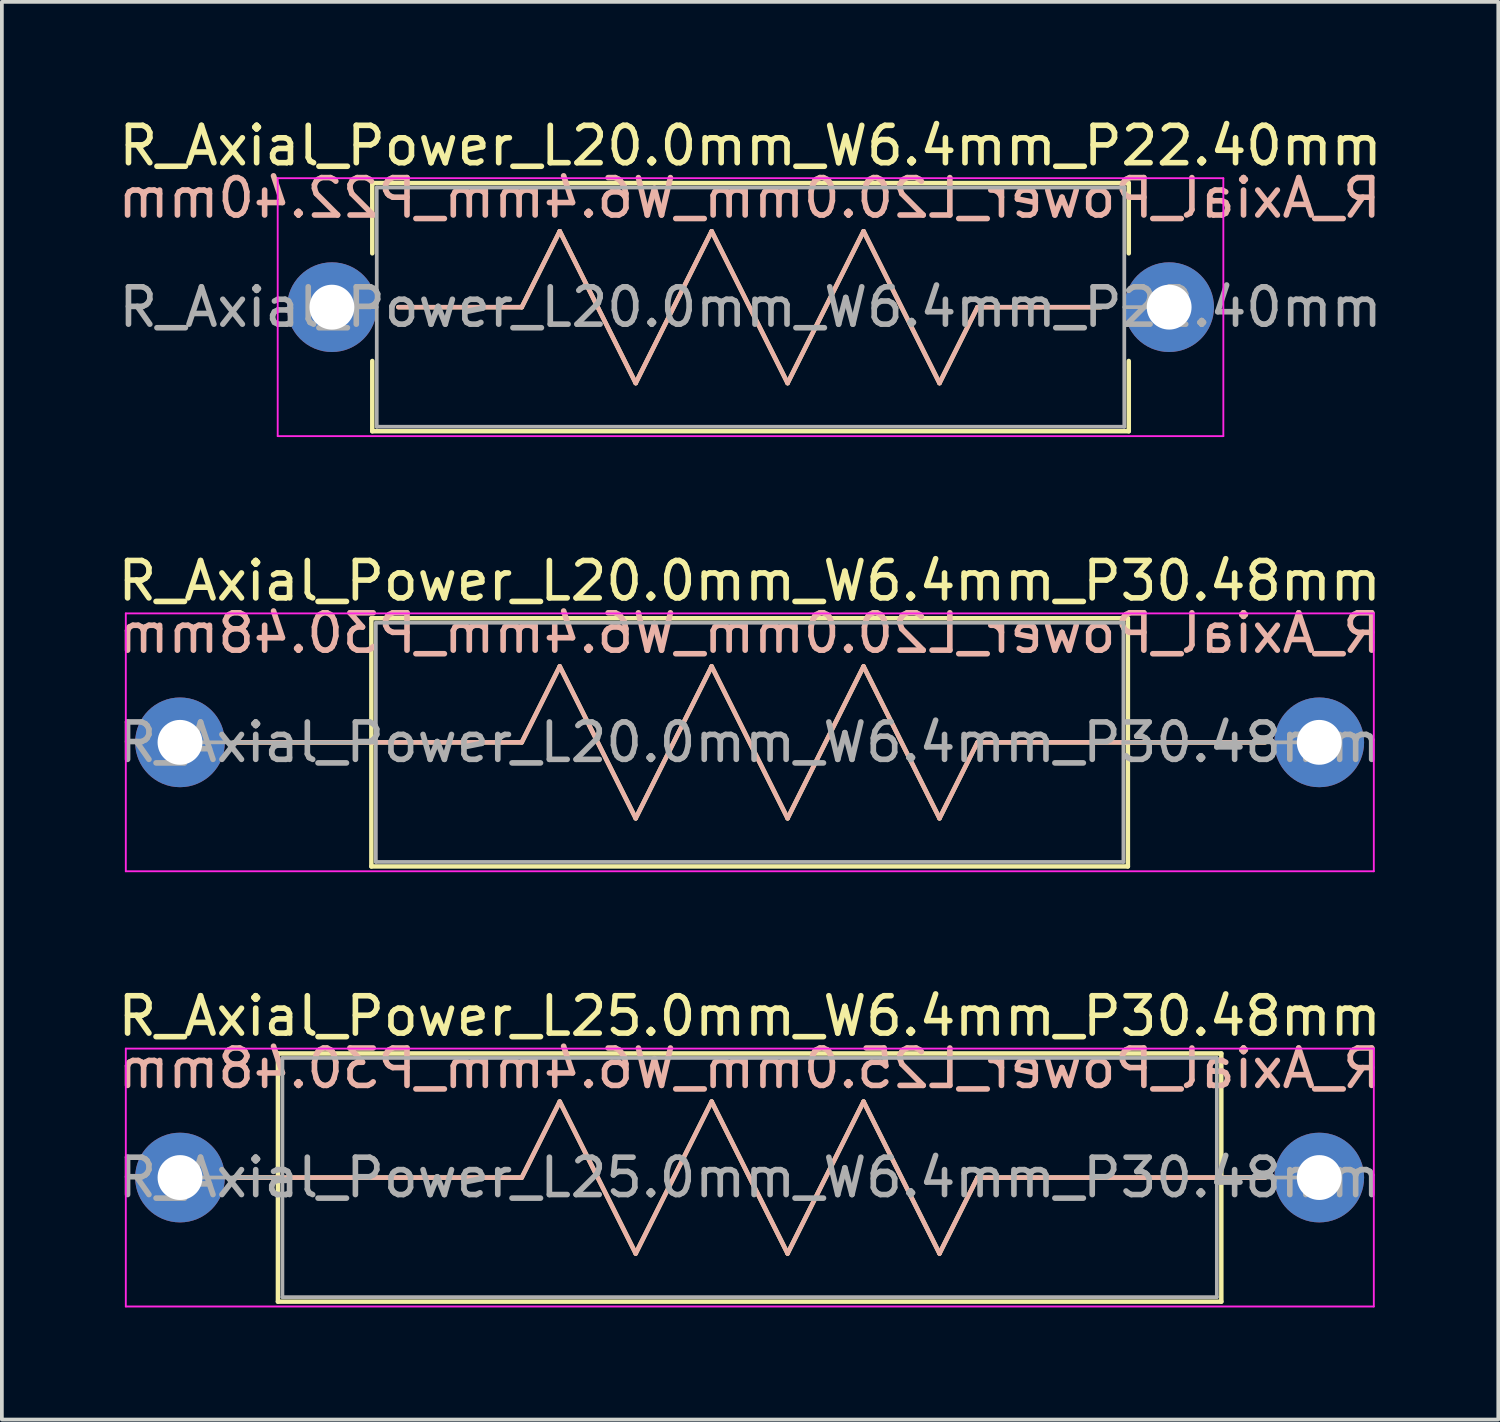
<source format=kicad_pcb>
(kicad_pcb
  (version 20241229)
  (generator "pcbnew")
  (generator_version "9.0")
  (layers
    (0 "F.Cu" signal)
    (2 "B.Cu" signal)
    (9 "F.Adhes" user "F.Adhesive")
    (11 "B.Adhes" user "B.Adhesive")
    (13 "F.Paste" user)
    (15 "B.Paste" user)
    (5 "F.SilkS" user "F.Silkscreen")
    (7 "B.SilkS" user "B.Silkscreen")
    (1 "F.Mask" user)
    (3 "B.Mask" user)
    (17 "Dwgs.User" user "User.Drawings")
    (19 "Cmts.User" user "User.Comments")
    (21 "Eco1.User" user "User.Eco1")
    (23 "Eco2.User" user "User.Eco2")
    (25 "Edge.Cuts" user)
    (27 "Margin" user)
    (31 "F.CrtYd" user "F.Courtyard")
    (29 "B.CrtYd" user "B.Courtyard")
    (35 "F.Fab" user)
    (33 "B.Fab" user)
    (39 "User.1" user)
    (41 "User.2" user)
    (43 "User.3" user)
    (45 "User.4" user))
  (footprint "R_Axial_Power_L25.0mm_W6.4mm_P30.48mm"
    (layer "F.Cu")
    (at 1.766 28.455)
    (property "Reference" "R_Axial_Power_L25.0mm_W6.4mm_P30.48mm" (at 15.24 -4.32 0) (layer "F.SilkS") (effects (font (size 1 1) (thickness 0.15))))
    (attr through_hole)
    (fp_line (start 1.44 0) (end 2.62 0) (stroke (width 0.12) (type solid)) (layer "F.SilkS"))
    (fp_line (start 2.62 -3.32) (end 2.62 3.32) (stroke (width 0.12) (type solid)) (layer "F.SilkS"))
    (fp_line (start 2.62 0) (end 9.144 0) (stroke (width 0.12) (type solid)) (layer "F.SilkS"))
    (fp_line (start 2.62 3.32) (end 27.86 3.32) (stroke (width 0.12) (type solid)) (layer "F.SilkS"))
    (fp_line (start 9.144 0) (end 10.16 -2.032) (stroke (width 0.12) (type solid)) (layer "F.SilkS"))
    (fp_line (start 10.16 -2.032) (end 12.192 2.032) (stroke (width 0.12) (type solid)) (layer "F.SilkS"))
    (fp_line (start 12.192 2.032) (end 14.224 -2.032) (stroke (width 0.12) (type solid)) (layer "F.SilkS"))
    (fp_line (start 14.224 -2.032) (end 16.256 2.032) (stroke (width 0.12) (type solid)) (layer "F.SilkS"))
    (fp_line (start 16.256 2.032) (end 18.288 -2.032) (stroke (width 0.12) (type solid)) (layer "F.SilkS"))
    (fp_line (start 18.288 -2.032) (end 20.32 2.032) (stroke (width 0.12) (type solid)) (layer "F.SilkS"))
    (fp_line (start 20.32 2.032) (end 21.336 0) (stroke (width 0.12) (type solid)) (layer "F.SilkS"))
    (fp_line (start 27.86 -3.32) (end 2.62 -3.32) (stroke (width 0.12) (type solid)) (layer "F.SilkS"))
    (fp_line (start 27.86 0) (end 21.336 0) (stroke (width 0.12) (type solid)) (layer "F.SilkS"))
    (fp_line (start 27.86 3.32) (end 27.86 -3.32) (stroke (width 0.12) (type solid)) (layer "F.SilkS"))
    (fp_line (start 29.04 0) (end 27.86 0) (stroke (width 0.12) (type solid)) (layer "F.SilkS"))
    (fp_line (start 1.46 0) (end 9.144 0) (stroke (width 0.12) (type solid)) (layer "B.SilkS"))
    (fp_line (start 9.144 0) (end 10.16 -2.032) (stroke (width 0.12) (type solid)) (layer "B.SilkS"))
    (fp_line (start 10.16 -2.032) (end 12.192 2.032) (stroke (width 0.12) (type solid)) (layer "B.SilkS"))
    (fp_line (start 12.192 2.032) (end 14.224 -2.032) (stroke (width 0.12) (type solid)) (layer "B.SilkS"))
    (fp_line (start 14.224 -2.032) (end 16.256 2.032) (stroke (width 0.12) (type solid)) (layer "B.SilkS"))
    (fp_line (start 16.256 2.032) (end 18.288 -2.032) (stroke (width 0.12) (type solid)) (layer "B.SilkS"))
    (fp_line (start 18.288 -2.032) (end 20.32 2.032) (stroke (width 0.12) (type solid)) (layer "B.SilkS"))
    (fp_line (start 20.32 2.032) (end 21.336 0) (stroke (width 0.12) (type solid)) (layer "B.SilkS"))
    (fp_line (start 21.336 0) (end 29.02 0) (stroke (width 0.12) (type solid)) (layer "B.SilkS"))
    (fp_line (start -1.45 -3.45) (end -1.45 3.45) (stroke (width 0.05) (type solid)) (layer "F.CrtYd"))
    (fp_line (start -1.45 3.45) (end 31.94 3.45) (stroke (width 0.05) (type solid)) (layer "F.CrtYd"))
    (fp_line (start 31.94 -3.45) (end -1.45 -3.45) (stroke (width 0.05) (type solid)) (layer "F.CrtYd"))
    (fp_line (start 31.94 3.45) (end 31.94 -3.45) (stroke (width 0.05) (type solid)) (layer "F.CrtYd"))
    (fp_line (start 0 0) (end 2.74 0) (stroke (width 0.1) (type solid)) (layer "F.Fab"))
    (fp_line (start 2.74 -3.2) (end 2.74 3.2) (stroke (width 0.1) (type solid)) (layer "F.Fab"))
    (fp_line (start 2.74 3.2) (end 27.74 3.2) (stroke (width 0.1) (type solid)) (layer "F.Fab"))
    (fp_line (start 27.74 -3.2) (end 2.74 -3.2) (stroke (width 0.1) (type solid)) (layer "F.Fab"))
    (fp_line (start 27.74 3.2) (end 27.74 -3.2) (stroke (width 0.1) (type solid)) (layer "F.Fab"))
    (fp_line (start 30.48 0) (end 27.74 0) (stroke (width 0.1) (type solid)) (layer "F.Fab"))
    (fp_text user "${REFERENCE}" (at 15.24 -2.921 0) (unlocked yes) (layer "B.SilkS") (effects (font (size 1 1) (thickness 0.15)) (justify mirror)))
    (fp_text user "${REFERENCE}" (at 15.24 0 0) (layer "F.Fab") (effects (font (size 1 1) (thickness 0.15))))
    (pad "1" thru_hole circle (at 0 0) (size 2.4 2.4) (drill 1.2) (layers "*.Cu" "*.Mask"))
    (pad "2" thru_hole oval (at 30.48 0) (size 2.4 2.4) (drill 1.2) (layers "*.Cu" "*.Mask")))
  (footprint "R_Axial_Power_L20.0mm_W6.4mm_P30.48mm"
    (layer "F.Cu")
    (at 1.766 16.811)
    (property "Reference" "R_Axial_Power_L20.0mm_W6.4mm_P30.48mm" (at 15.24 -4.32 0) (layer "F.SilkS") (effects (font (size 1 1) (thickness 0.15))))
    (attr through_hole)
    (fp_line (start 1.44 0) (end 5.12 0) (stroke (width 0.12) (type solid)) (layer "F.SilkS"))
    (fp_line (start 5.12 -3.32) (end 5.12 3.32) (stroke (width 0.12) (type solid)) (layer "F.SilkS"))
    (fp_line (start 5.12 0) (end 9.144 0) (stroke (width 0.12) (type solid)) (layer "F.SilkS"))
    (fp_line (start 5.12 3.32) (end 25.36 3.32) (stroke (width 0.12) (type solid)) (layer "F.SilkS"))
    (fp_line (start 9.144 0) (end 10.16 -2.032) (stroke (width 0.12) (type solid)) (layer "F.SilkS"))
    (fp_line (start 10.16 -2.032) (end 12.192 2.032) (stroke (width 0.12) (type solid)) (layer "F.SilkS"))
    (fp_line (start 12.192 2.032) (end 14.224 -2.032) (stroke (width 0.12) (type solid)) (layer "F.SilkS"))
    (fp_line (start 14.224 -2.032) (end 16.256 2.032) (stroke (width 0.12) (type solid)) (layer "F.SilkS"))
    (fp_line (start 16.256 2.032) (end 18.288 -2.032) (stroke (width 0.12) (type solid)) (layer "F.SilkS"))
    (fp_line (start 18.288 -2.032) (end 20.32 2.032) (stroke (width 0.12) (type solid)) (layer "F.SilkS"))
    (fp_line (start 20.32 2.032) (end 21.336 0) (stroke (width 0.12) (type solid)) (layer "F.SilkS"))
    (fp_line (start 25.36 -3.32) (end 5.12 -3.32) (stroke (width 0.12) (type solid)) (layer "F.SilkS"))
    (fp_line (start 25.36 0) (end 21.336 0) (stroke (width 0.12) (type solid)) (layer "F.SilkS"))
    (fp_line (start 25.36 3.32) (end 25.36 -3.32) (stroke (width 0.12) (type solid)) (layer "F.SilkS"))
    (fp_line (start 29.04 0) (end 25.36 0) (stroke (width 0.12) (type solid)) (layer "F.SilkS"))
    (fp_line (start 1.46 0) (end 9.144 0) (stroke (width 0.12) (type solid)) (layer "B.SilkS"))
    (fp_line (start 9.144 0) (end 10.16 -2.032) (stroke (width 0.12) (type solid)) (layer "B.SilkS"))
    (fp_line (start 10.16 -2.032) (end 12.192 2.032) (stroke (width 0.12) (type solid)) (layer "B.SilkS"))
    (fp_line (start 12.192 2.032) (end 14.224 -2.032) (stroke (width 0.12) (type solid)) (layer "B.SilkS"))
    (fp_line (start 14.224 -2.032) (end 16.256 2.032) (stroke (width 0.12) (type solid)) (layer "B.SilkS"))
    (fp_line (start 16.256 2.032) (end 18.288 -2.032) (stroke (width 0.12) (type solid)) (layer "B.SilkS"))
    (fp_line (start 18.288 -2.032) (end 20.32 2.032) (stroke (width 0.12) (type solid)) (layer "B.SilkS"))
    (fp_line (start 20.32 2.032) (end 21.336 0) (stroke (width 0.12) (type solid)) (layer "B.SilkS"))
    (fp_line (start 21.336 0) (end 29.02 0) (stroke (width 0.12) (type solid)) (layer "B.SilkS"))
    (fp_line (start -1.45 -3.45) (end -1.45 3.45) (stroke (width 0.05) (type solid)) (layer "F.CrtYd"))
    (fp_line (start -1.45 3.45) (end 31.94 3.45) (stroke (width 0.05) (type solid)) (layer "F.CrtYd"))
    (fp_line (start 31.94 -3.45) (end -1.45 -3.45) (stroke (width 0.05) (type solid)) (layer "F.CrtYd"))
    (fp_line (start 31.94 3.45) (end 31.94 -3.45) (stroke (width 0.05) (type solid)) (layer "F.CrtYd"))
    (fp_line (start 0 0) (end 5.24 0) (stroke (width 0.1) (type solid)) (layer "F.Fab"))
    (fp_line (start 5.24 -3.2) (end 5.24 3.2) (stroke (width 0.1) (type solid)) (layer "F.Fab"))
    (fp_line (start 5.24 3.2) (end 25.24 3.2) (stroke (width 0.1) (type solid)) (layer "F.Fab"))
    (fp_line (start 25.24 -3.2) (end 5.24 -3.2) (stroke (width 0.1) (type solid)) (layer "F.Fab"))
    (fp_line (start 25.24 3.2) (end 25.24 -3.2) (stroke (width 0.1) (type solid)) (layer "F.Fab"))
    (fp_line (start 30.48 0) (end 25.24 0) (stroke (width 0.1) (type solid)) (layer "F.Fab"))
    (fp_text user "${REFERENCE}" (at 15.24 -2.921 0) (unlocked yes) (layer "B.SilkS") (effects (font (size 1 1) (thickness 0.15)) (justify mirror)))
    (fp_text user "${REFERENCE}" (at 15.24 0 0) (layer "F.Fab") (effects (font (size 1 1) (thickness 0.15))))
    (pad "1" thru_hole circle (at 0 0) (size 2.4 2.4) (drill 1.2) (layers "*.Cu" "*.Mask"))
    (pad "2" thru_hole oval (at 30.48 0) (size 2.4 2.4) (drill 1.2) (layers "*.Cu" "*.Mask")))
  (footprint "R_Axial_Power_L20.0mm_W6.4mm_P22.40mm"
    (layer "F.Cu")
    (at 5.83 5.168)
    (property "Reference" "R_Axial_Power_L20.0mm_W6.4mm_P22.40mm" (at 11.2 -4.32 0) (layer "F.SilkS") (effects (font (size 1 1) (thickness 0.15))))
    (attr through_hole)
    (fp_line (start 1.08 -3.32) (end 21.32 -3.32) (stroke (width 0.12) (type solid)) (layer "F.SilkS"))
    (fp_line (start 1.08 -1.44) (end 1.08 -3.32) (stroke (width 0.12) (type solid)) (layer "F.SilkS"))
    (fp_line (start 1.08 1.44) (end 1.08 3.32) (stroke (width 0.12) (type solid)) (layer "F.SilkS"))
    (fp_line (start 1.08 3.32) (end 21.32 3.32) (stroke (width 0.12) (type solid)) (layer "F.SilkS"))
    (fp_line (start 1.778 0) (end 5.08 0) (stroke (width 0.12) (type solid)) (layer "F.SilkS"))
    (fp_line (start 5.08 0) (end 6.096 -2.032) (stroke (width 0.12) (type solid)) (layer "F.SilkS"))
    (fp_line (start 6.096 -2.032) (end 8.128 2.032) (stroke (width 0.12) (type solid)) (layer "F.SilkS"))
    (fp_line (start 8.128 2.032) (end 10.16 -2.032) (stroke (width 0.12) (type solid)) (layer "F.SilkS"))
    (fp_line (start 10.16 -2.032) (end 12.192 2.032) (stroke (width 0.12) (type solid)) (layer "F.SilkS"))
    (fp_line (start 12.192 2.032) (end 14.224 -2.032) (stroke (width 0.12) (type solid)) (layer "F.SilkS"))
    (fp_line (start 14.224 -2.032) (end 16.256 2.032) (stroke (width 0.12) (type solid)) (layer "F.SilkS"))
    (fp_line (start 16.256 2.032) (end 17.272 0) (stroke (width 0.12) (type solid)) (layer "F.SilkS"))
    (fp_line (start 20.574 0) (end 17.272 0) (stroke (width 0.12) (type solid)) (layer "F.SilkS"))
    (fp_line (start 21.32 -3.32) (end 21.32 -1.44) (stroke (width 0.12) (type solid)) (layer "F.SilkS"))
    (fp_line (start 21.32 3.32) (end 21.32 1.44) (stroke (width 0.12) (type solid)) (layer "F.SilkS"))
    (fp_line (start 1.778 0) (end 5.08 0) (stroke (width 0.12) (type solid)) (layer "B.SilkS"))
    (fp_line (start 5.08 0) (end 6.096 -2.032) (stroke (width 0.12) (type solid)) (layer "B.SilkS"))
    (fp_line (start 6.096 -2.032) (end 8.128 2.032) (stroke (width 0.12) (type solid)) (layer "B.SilkS"))
    (fp_line (start 8.128 2.032) (end 10.16 -2.032) (stroke (width 0.12) (type solid)) (layer "B.SilkS"))
    (fp_line (start 10.16 -2.032) (end 12.192 2.032) (stroke (width 0.12) (type solid)) (layer "B.SilkS"))
    (fp_line (start 12.192 2.032) (end 14.224 -2.032) (stroke (width 0.12) (type solid)) (layer "B.SilkS"))
    (fp_line (start 14.224 -2.032) (end 16.256 2.032) (stroke (width 0.12) (type solid)) (layer "B.SilkS"))
    (fp_line (start 16.256 2.032) (end 17.272 0) (stroke (width 0.12) (type solid)) (layer "B.SilkS"))
    (fp_line (start 17.272 0) (end 20.574 0) (stroke (width 0.12) (type solid)) (layer "B.SilkS"))
    (fp_line (start -1.45 -3.45) (end -1.45 3.45) (stroke (width 0.05) (type solid)) (layer "F.CrtYd"))
    (fp_line (start -1.45 3.45) (end 23.85 3.45) (stroke (width 0.05) (type solid)) (layer "F.CrtYd"))
    (fp_line (start 23.85 -3.45) (end -1.45 -3.45) (stroke (width 0.05) (type solid)) (layer "F.CrtYd"))
    (fp_line (start 23.85 3.45) (end 23.85 -3.45) (stroke (width 0.05) (type solid)) (layer "F.CrtYd"))
    (fp_line (start 0 0) (end 1.2 0) (stroke (width 0.1) (type solid)) (layer "F.Fab"))
    (fp_line (start 1.2 -3.2) (end 1.2 3.2) (stroke (width 0.1) (type solid)) (layer "F.Fab"))
    (fp_line (start 1.2 3.2) (end 21.2 3.2) (stroke (width 0.1) (type solid)) (layer "F.Fab"))
    (fp_line (start 21.2 -3.2) (end 1.2 -3.2) (stroke (width 0.1) (type solid)) (layer "F.Fab"))
    (fp_line (start 21.2 3.2) (end 21.2 -3.2) (stroke (width 0.1) (type solid)) (layer "F.Fab"))
    (fp_line (start 22.4 0) (end 21.2 0) (stroke (width 0.1) (type solid)) (layer "F.Fab"))
    (fp_text user "${REFERENCE}" (at 11.176 -2.921 0) (unlocked yes) (layer "B.SilkS") (effects (font (size 1 1) (thickness 0.15)) (justify mirror)))
    (fp_text user "${REFERENCE}" (at 11.2 0 0) (layer "F.Fab") (effects (font (size 1 1) (thickness 0.15))))
    (pad "1" thru_hole circle (at 0 0) (size 2.4 2.4) (drill 1.2) (layers "*.Cu" "*.Mask"))
    (pad "2" thru_hole oval (at 22.4 0) (size 2.4 2.4) (drill 1.2) (layers "*.Cu" "*.Mask")))
  (gr_rect
    (start -3 -3)
    (end 37.036 34.93)
    (stroke (width 0.1) (type default))
    (fill no)
    (layer "Edge.Cuts")))
</source>
